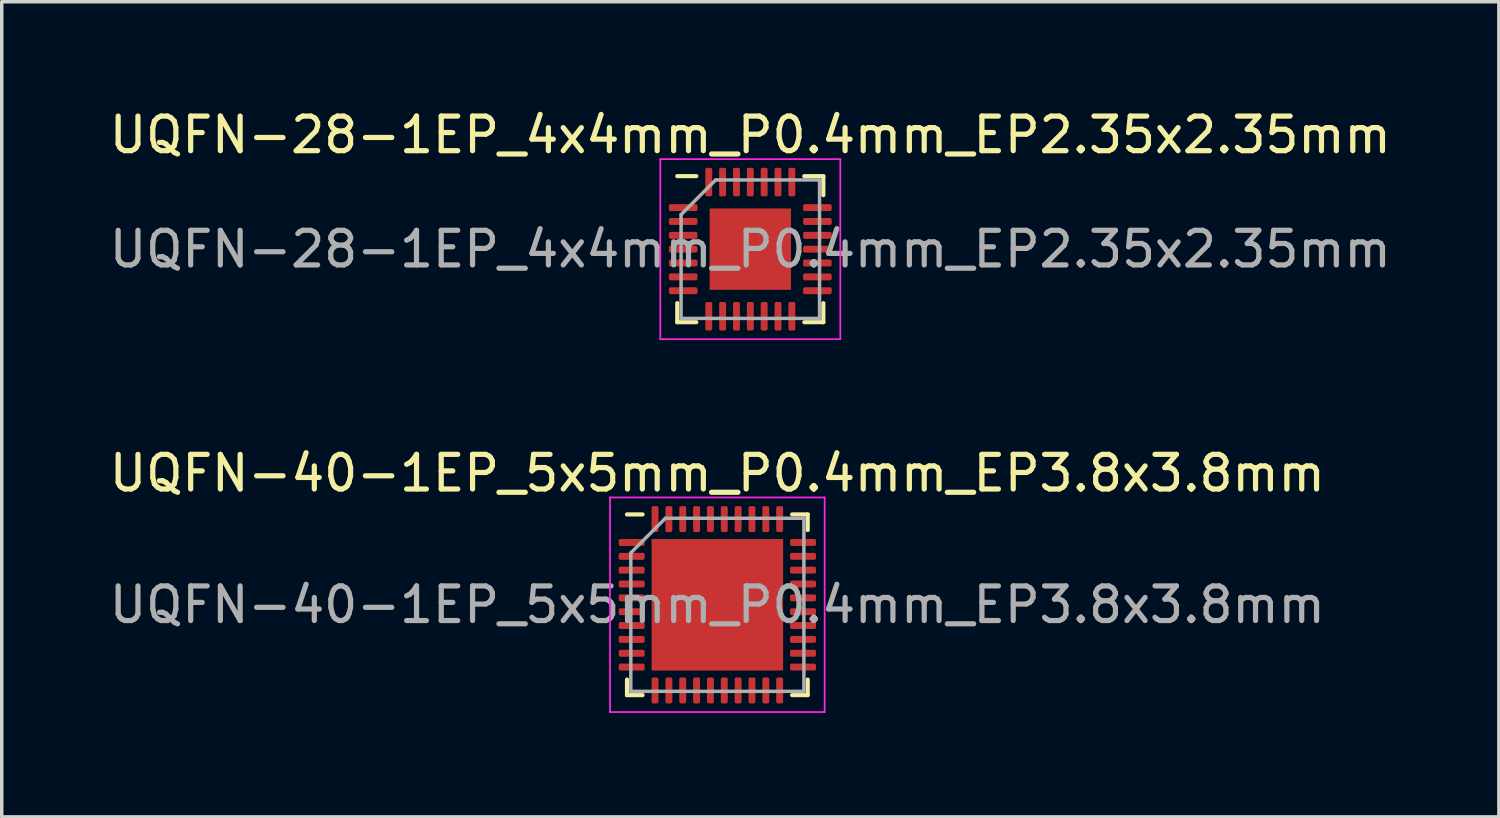
<source format=kicad_pcb>
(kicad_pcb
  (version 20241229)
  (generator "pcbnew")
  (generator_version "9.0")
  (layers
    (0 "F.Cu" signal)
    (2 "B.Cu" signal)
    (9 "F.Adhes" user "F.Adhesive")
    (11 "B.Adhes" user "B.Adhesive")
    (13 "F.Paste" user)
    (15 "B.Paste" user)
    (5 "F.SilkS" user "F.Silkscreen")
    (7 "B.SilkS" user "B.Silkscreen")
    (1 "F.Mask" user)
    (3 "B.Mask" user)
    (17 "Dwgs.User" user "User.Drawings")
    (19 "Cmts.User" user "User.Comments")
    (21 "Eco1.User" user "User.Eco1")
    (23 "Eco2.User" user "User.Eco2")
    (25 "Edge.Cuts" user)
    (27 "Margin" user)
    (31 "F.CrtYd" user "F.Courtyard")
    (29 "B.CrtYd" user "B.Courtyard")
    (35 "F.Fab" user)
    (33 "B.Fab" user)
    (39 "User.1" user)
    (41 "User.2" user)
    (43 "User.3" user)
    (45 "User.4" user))
  (footprint "UQFN-40-1EP_5x5mm_P0.4mm_EP3.8x3.8mm"
    (layer "F.Cu")
    (at 17.673 14.421)
    (property "Reference" "UQFN-40-1EP_5x5mm_P0.4mm_EP3.8x3.8mm" (at 0 -3.8 0) (layer "F.SilkS") (effects (font (size 1 1) (thickness 0.15))))
    (attr smd)
    (fp_line (start -2.61 2.61) (end -2.61 2.16) (stroke (width 0.12) (type solid)) (layer "F.SilkS"))
    (fp_line (start -2.16 -2.61) (end -2.61 -2.61) (stroke (width 0.12) (type solid)) (layer "F.SilkS"))
    (fp_line (start -2.16 2.61) (end -2.61 2.61) (stroke (width 0.12) (type solid)) (layer "F.SilkS"))
    (fp_line (start 2.16 -2.61) (end 2.61 -2.61) (stroke (width 0.12) (type solid)) (layer "F.SilkS"))
    (fp_line (start 2.16 2.61) (end 2.61 2.61) (stroke (width 0.12) (type solid)) (layer "F.SilkS"))
    (fp_line (start 2.61 -2.61) (end 2.61 -2.16) (stroke (width 0.12) (type solid)) (layer "F.SilkS"))
    (fp_line (start 2.61 2.61) (end 2.61 2.16) (stroke (width 0.12) (type solid)) (layer "F.SilkS"))
    (fp_line (start -3.1 -3.1) (end -3.1 3.1) (stroke (width 0.05) (type solid)) (layer "F.CrtYd"))
    (fp_line (start -3.1 3.1) (end 3.1 3.1) (stroke (width 0.05) (type solid)) (layer "F.CrtYd"))
    (fp_line (start 3.1 -3.1) (end -3.1 -3.1) (stroke (width 0.05) (type solid)) (layer "F.CrtYd"))
    (fp_line (start 3.1 3.1) (end 3.1 -3.1) (stroke (width 0.05) (type solid)) (layer "F.CrtYd"))
    (fp_line (start -2.5 -1.5) (end -1.5 -2.5) (stroke (width 0.1) (type solid)) (layer "F.Fab"))
    (fp_line (start -2.5 2.5) (end -2.5 -1.5) (stroke (width 0.1) (type solid)) (layer "F.Fab"))
    (fp_line (start -1.5 -2.5) (end 2.5 -2.5) (stroke (width 0.1) (type solid)) (layer "F.Fab"))
    (fp_line (start 2.5 -2.5) (end 2.5 2.5) (stroke (width 0.1) (type solid)) (layer "F.Fab"))
    (fp_line (start 2.5 2.5) (end -2.5 2.5) (stroke (width 0.1) (type solid)) (layer "F.Fab"))
    (fp_text user "${REFERENCE}" (at 0 0 0) (layer "F.Fab") (effects (font (size 1 1) (thickness 0.15))))
    (pad "" smd roundrect (at -1.27 -1.27) (size 1.02 1.02) (layers "F.Paste") (roundrect_rratio 0.245))
    (pad "" smd roundrect (at -1.27 0) (size 1.02 1.02) (layers "F.Paste") (roundrect_rratio 0.245))
    (pad "" smd roundrect (at -1.27 1.27) (size 1.02 1.02) (layers "F.Paste") (roundrect_rratio 0.245))
    (pad "" smd roundrect (at 0 -1.27) (size 1.02 1.02) (layers "F.Paste") (roundrect_rratio 0.245))
    (pad "" smd roundrect (at 0 0) (size 1.02 1.02) (layers "F.Paste") (roundrect_rratio 0.245))
    (pad "" smd roundrect (at 0 1.27) (size 1.02 1.02) (layers "F.Paste") (roundrect_rratio 0.245))
    (pad "" smd roundrect (at 1.27 -1.27) (size 1.02 1.02) (layers "F.Paste") (roundrect_rratio 0.245))
    (pad "" smd roundrect (at 1.27 0) (size 1.02 1.02) (layers "F.Paste") (roundrect_rratio 0.245))
    (pad "" smd roundrect (at 1.27 1.27) (size 1.02 1.02) (layers "F.Paste") (roundrect_rratio 0.245))
    (pad "1" smd roundrect (at -2.475 -1.8) (size 0.75 0.2) (layers "F.Cu" "F.Mask" "F.Paste") (roundrect_rratio 0.25))
    (pad "2" smd roundrect (at -2.475 -1.4) (size 0.75 0.2) (layers "F.Cu" "F.Mask" "F.Paste") (roundrect_rratio 0.25))
    (pad "3" smd roundrect (at -2.475 -1) (size 0.75 0.2) (layers "F.Cu" "F.Mask" "F.Paste") (roundrect_rratio 0.25))
    (pad "4" smd roundrect (at -2.475 -0.6) (size 0.75 0.2) (layers "F.Cu" "F.Mask" "F.Paste") (roundrect_rratio 0.25))
    (pad "5" smd roundrect (at -2.475 -0.2) (size 0.75 0.2) (layers "F.Cu" "F.Mask" "F.Paste") (roundrect_rratio 0.25))
    (pad "6" smd roundrect (at -2.475 0.2) (size 0.75 0.2) (layers "F.Cu" "F.Mask" "F.Paste") (roundrect_rratio 0.25))
    (pad "7" smd roundrect (at -2.475 0.6) (size 0.75 0.2) (layers "F.Cu" "F.Mask" "F.Paste") (roundrect_rratio 0.25))
    (pad "8" smd roundrect (at -2.475 1) (size 0.75 0.2) (layers "F.Cu" "F.Mask" "F.Paste") (roundrect_rratio 0.25))
    (pad "9" smd roundrect (at -2.475 1.4) (size 0.75 0.2) (layers "F.Cu" "F.Mask" "F.Paste") (roundrect_rratio 0.25))
    (pad "10" smd roundrect (at -2.475 1.8) (size 0.75 0.2) (layers "F.Cu" "F.Mask" "F.Paste") (roundrect_rratio 0.25))
    (pad "11" smd roundrect (at -1.8 2.475) (size 0.2 0.75) (layers "F.Cu" "F.Mask" "F.Paste") (roundrect_rratio 0.25))
    (pad "12" smd roundrect (at -1.4 2.475) (size 0.2 0.75) (layers "F.Cu" "F.Mask" "F.Paste") (roundrect_rratio 0.25))
    (pad "13" smd roundrect (at -1 2.475) (size 0.2 0.75) (layers "F.Cu" "F.Mask" "F.Paste") (roundrect_rratio 0.25))
    (pad "14" smd roundrect (at -0.6 2.475) (size 0.2 0.75) (layers "F.Cu" "F.Mask" "F.Paste") (roundrect_rratio 0.25))
    (pad "15" smd roundrect (at -0.2 2.475) (size 0.2 0.75) (layers "F.Cu" "F.Mask" "F.Paste") (roundrect_rratio 0.25))
    (pad "16" smd roundrect (at 0.2 2.475) (size 0.2 0.75) (layers "F.Cu" "F.Mask" "F.Paste") (roundrect_rratio 0.25))
    (pad "17" smd roundrect (at 0.6 2.475) (size 0.2 0.75) (layers "F.Cu" "F.Mask" "F.Paste") (roundrect_rratio 0.25))
    (pad "18" smd roundrect (at 1 2.475) (size 0.2 0.75) (layers "F.Cu" "F.Mask" "F.Paste") (roundrect_rratio 0.25))
    (pad "19" smd roundrect (at 1.4 2.475) (size 0.2 0.75) (layers "F.Cu" "F.Mask" "F.Paste") (roundrect_rratio 0.25))
    (pad "20" smd roundrect (at 1.8 2.475) (size 0.2 0.75) (layers "F.Cu" "F.Mask" "F.Paste") (roundrect_rratio 0.25))
    (pad "21" smd roundrect (at 2.475 1.8) (size 0.75 0.2) (layers "F.Cu" "F.Mask" "F.Paste") (roundrect_rratio 0.25))
    (pad "22" smd roundrect (at 2.475 1.4) (size 0.75 0.2) (layers "F.Cu" "F.Mask" "F.Paste") (roundrect_rratio 0.25))
    (pad "23" smd roundrect (at 2.475 1) (size 0.75 0.2) (layers "F.Cu" "F.Mask" "F.Paste") (roundrect_rratio 0.25))
    (pad "24" smd roundrect (at 2.475 0.6) (size 0.75 0.2) (layers "F.Cu" "F.Mask" "F.Paste") (roundrect_rratio 0.25))
    (pad "25" smd roundrect (at 2.475 0.2) (size 0.75 0.2) (layers "F.Cu" "F.Mask" "F.Paste") (roundrect_rratio 0.25))
    (pad "26" smd roundrect (at 2.475 -0.2) (size 0.75 0.2) (layers "F.Cu" "F.Mask" "F.Paste") (roundrect_rratio 0.25))
    (pad "27" smd roundrect (at 2.475 -0.6) (size 0.75 0.2) (layers "F.Cu" "F.Mask" "F.Paste") (roundrect_rratio 0.25))
    (pad "28" smd roundrect (at 2.475 -1) (size 0.75 0.2) (layers "F.Cu" "F.Mask" "F.Paste") (roundrect_rratio 0.25))
    (pad "29" smd roundrect (at 2.475 -1.4) (size 0.75 0.2) (layers "F.Cu" "F.Mask" "F.Paste") (roundrect_rratio 0.25))
    (pad "30" smd roundrect (at 2.475 -1.8) (size 0.75 0.2) (layers "F.Cu" "F.Mask" "F.Paste") (roundrect_rratio 0.25))
    (pad "31" smd roundrect (at 1.8 -2.475) (size 0.2 0.75) (layers "F.Cu" "F.Mask" "F.Paste") (roundrect_rratio 0.25))
    (pad "32" smd roundrect (at 1.4 -2.475) (size 0.2 0.75) (layers "F.Cu" "F.Mask" "F.Paste") (roundrect_rratio 0.25))
    (pad "33" smd roundrect (at 1 -2.475) (size 0.2 0.75) (layers "F.Cu" "F.Mask" "F.Paste") (roundrect_rratio 0.25))
    (pad "34" smd roundrect (at 0.6 -2.475) (size 0.2 0.75) (layers "F.Cu" "F.Mask" "F.Paste") (roundrect_rratio 0.25))
    (pad "35" smd roundrect (at 0.2 -2.475) (size 0.2 0.75) (layers "F.Cu" "F.Mask" "F.Paste") (roundrect_rratio 0.25))
    (pad "36" smd roundrect (at -0.2 -2.475) (size 0.2 0.75) (layers "F.Cu" "F.Mask" "F.Paste") (roundrect_rratio 0.25))
    (pad "37" smd roundrect (at -0.6 -2.475) (size 0.2 0.75) (layers "F.Cu" "F.Mask" "F.Paste") (roundrect_rratio 0.25))
    (pad "38" smd roundrect (at -1 -2.475) (size 0.2 0.75) (layers "F.Cu" "F.Mask" "F.Paste") (roundrect_rratio 0.25))
    (pad "39" smd roundrect (at -1.4 -2.475) (size 0.2 0.75) (layers "F.Cu" "F.Mask" "F.Paste") (roundrect_rratio 0.25))
    (pad "40" smd roundrect (at -1.8 -2.475) (size 0.2 0.75) (layers "F.Cu" "F.Mask" "F.Paste") (roundrect_rratio 0.25))
    (pad "41" smd rect (at 0 0) (size 3.8 3.8) (layers "F.Cu" "F.Mask")))
  (footprint "UQFN-28-1EP_4x4mm_P0.4mm_EP2.35x2.35mm"
    (layer "F.Cu")
    (at 18.625 4.148)
    (property "Reference" "UQFN-28-1EP_4x4mm_P0.4mm_EP2.35x2.35mm" (at 0 -3.3 0) (layer "F.SilkS") (effects (font (size 1 1) (thickness 0.15))))
    (attr smd)
    (fp_line (start -2.11 2.11) (end -2.11 1.56) (stroke (width 0.12) (type solid)) (layer "F.SilkS"))
    (fp_line (start -1.56 -2.11) (end -2.11 -2.11) (stroke (width 0.12) (type solid)) (layer "F.SilkS"))
    (fp_line (start -1.56 2.11) (end -2.11 2.11) (stroke (width 0.12) (type solid)) (layer "F.SilkS"))
    (fp_line (start 1.56 -2.11) (end 2.11 -2.11) (stroke (width 0.12) (type solid)) (layer "F.SilkS"))
    (fp_line (start 1.56 2.11) (end 2.11 2.11) (stroke (width 0.12) (type solid)) (layer "F.SilkS"))
    (fp_line (start 2.11 -2.11) (end 2.11 -1.56) (stroke (width 0.12) (type solid)) (layer "F.SilkS"))
    (fp_line (start 2.11 2.11) (end 2.11 1.56) (stroke (width 0.12) (type solid)) (layer "F.SilkS"))
    (fp_line (start -2.6 -2.6) (end -2.6 2.6) (stroke (width 0.05) (type solid)) (layer "F.CrtYd"))
    (fp_line (start -2.6 2.6) (end 2.6 2.6) (stroke (width 0.05) (type solid)) (layer "F.CrtYd"))
    (fp_line (start 2.6 -2.6) (end -2.6 -2.6) (stroke (width 0.05) (type solid)) (layer "F.CrtYd"))
    (fp_line (start 2.6 2.6) (end 2.6 -2.6) (stroke (width 0.05) (type solid)) (layer "F.CrtYd"))
    (fp_line (start -2 -1) (end -1 -2) (stroke (width 0.1) (type solid)) (layer "F.Fab"))
    (fp_line (start -2 2) (end -2 -1) (stroke (width 0.1) (type solid)) (layer "F.Fab"))
    (fp_line (start -1 -2) (end 2 -2) (stroke (width 0.1) (type solid)) (layer "F.Fab"))
    (fp_line (start 2 -2) (end 2 2) (stroke (width 0.1) (type solid)) (layer "F.Fab"))
    (fp_line (start 2 2) (end -2 2) (stroke (width 0.1) (type solid)) (layer "F.Fab"))
    (fp_text user "${REFERENCE}" (at 0 0 0) (layer "F.Fab") (effects (font (size 1 1) (thickness 0.15))))
    (pad "" smd roundrect (at -0.59 -0.59) (size 0.95 0.95) (layers "F.Paste") (roundrect_rratio 0.25))
    (pad "" smd roundrect (at -0.59 0.59) (size 0.95 0.95) (layers "F.Paste") (roundrect_rratio 0.25))
    (pad "" smd roundrect (at 0.59 -0.59) (size 0.95 0.95) (layers "F.Paste") (roundrect_rratio 0.25))
    (pad "" smd roundrect (at 0.59 0.59) (size 0.95 0.95) (layers "F.Paste") (roundrect_rratio 0.25))
    (pad "1" smd roundrect (at -1.938 -1.2) (size 0.825 0.2) (layers "F.Cu" "F.Mask" "F.Paste") (roundrect_rratio 0.25))
    (pad "2" smd roundrect (at -1.938 -0.8) (size 0.825 0.2) (layers "F.Cu" "F.Mask" "F.Paste") (roundrect_rratio 0.25))
    (pad "3" smd roundrect (at -1.938 -0.4) (size 0.825 0.2) (layers "F.Cu" "F.Mask" "F.Paste") (roundrect_rratio 0.25))
    (pad "4" smd roundrect (at -1.938 0) (size 0.825 0.2) (layers "F.Cu" "F.Mask" "F.Paste") (roundrect_rratio 0.25))
    (pad "5" smd roundrect (at -1.938 0.4) (size 0.825 0.2) (layers "F.Cu" "F.Mask" "F.Paste") (roundrect_rratio 0.25))
    (pad "6" smd roundrect (at -1.938 0.8) (size 0.825 0.2) (layers "F.Cu" "F.Mask" "F.Paste") (roundrect_rratio 0.25))
    (pad "7" smd roundrect (at -1.938 1.2) (size 0.825 0.2) (layers "F.Cu" "F.Mask" "F.Paste") (roundrect_rratio 0.25))
    (pad "8" smd roundrect (at -1.2 1.938) (size 0.2 0.825) (layers "F.Cu" "F.Mask" "F.Paste") (roundrect_rratio 0.25))
    (pad "9" smd roundrect (at -0.8 1.938) (size 0.2 0.825) (layers "F.Cu" "F.Mask" "F.Paste") (roundrect_rratio 0.25))
    (pad "10" smd roundrect (at -0.4 1.938) (size 0.2 0.825) (layers "F.Cu" "F.Mask" "F.Paste") (roundrect_rratio 0.25))
    (pad "11" smd roundrect (at 0 1.938) (size 0.2 0.825) (layers "F.Cu" "F.Mask" "F.Paste") (roundrect_rratio 0.25))
    (pad "12" smd roundrect (at 0.4 1.938) (size 0.2 0.825) (layers "F.Cu" "F.Mask" "F.Paste") (roundrect_rratio 0.25))
    (pad "13" smd roundrect (at 0.8 1.938) (size 0.2 0.825) (layers "F.Cu" "F.Mask" "F.Paste") (roundrect_rratio 0.25))
    (pad "14" smd roundrect (at 1.2 1.938) (size 0.2 0.825) (layers "F.Cu" "F.Mask" "F.Paste") (roundrect_rratio 0.25))
    (pad "15" smd roundrect (at 1.938 1.2) (size 0.825 0.2) (layers "F.Cu" "F.Mask" "F.Paste") (roundrect_rratio 0.25))
    (pad "16" smd roundrect (at 1.938 0.8) (size 0.825 0.2) (layers "F.Cu" "F.Mask" "F.Paste") (roundrect_rratio 0.25))
    (pad "17" smd roundrect (at 1.938 0.4) (size 0.825 0.2) (layers "F.Cu" "F.Mask" "F.Paste") (roundrect_rratio 0.25))
    (pad "18" smd roundrect (at 1.938 0) (size 0.825 0.2) (layers "F.Cu" "F.Mask" "F.Paste") (roundrect_rratio 0.25))
    (pad "19" smd roundrect (at 1.938 -0.4) (size 0.825 0.2) (layers "F.Cu" "F.Mask" "F.Paste") (roundrect_rratio 0.25))
    (pad "20" smd roundrect (at 1.938 -0.8) (size 0.825 0.2) (layers "F.Cu" "F.Mask" "F.Paste") (roundrect_rratio 0.25))
    (pad "21" smd roundrect (at 1.938 -1.2) (size 0.825 0.2) (layers "F.Cu" "F.Mask" "F.Paste") (roundrect_rratio 0.25))
    (pad "22" smd roundrect (at 1.2 -1.938) (size 0.2 0.825) (layers "F.Cu" "F.Mask" "F.Paste") (roundrect_rratio 0.25))
    (pad "23" smd roundrect (at 0.8 -1.938) (size 0.2 0.825) (layers "F.Cu" "F.Mask" "F.Paste") (roundrect_rratio 0.25))
    (pad "24" smd roundrect (at 0.4 -1.938) (size 0.2 0.825) (layers "F.Cu" "F.Mask" "F.Paste") (roundrect_rratio 0.25))
    (pad "25" smd roundrect (at 0 -1.938) (size 0.2 0.825) (layers "F.Cu" "F.Mask" "F.Paste") (roundrect_rratio 0.25))
    (pad "26" smd roundrect (at -0.4 -1.938) (size 0.2 0.825) (layers "F.Cu" "F.Mask" "F.Paste") (roundrect_rratio 0.25))
    (pad "27" smd roundrect (at -0.8 -1.938) (size 0.2 0.825) (layers "F.Cu" "F.Mask" "F.Paste") (roundrect_rratio 0.25))
    (pad "28" smd roundrect (at -1.2 -1.938) (size 0.2 0.825) (layers "F.Cu" "F.Mask" "F.Paste") (roundrect_rratio 0.25))
    (pad "29" smd rect (at 0 0) (size 2.35 2.35) (layers "F.Cu" "F.Mask")))
  (gr_rect
    (start -3 -3)
    (end 40.25 20.547)
    (stroke (width 0.1) (type default))
    (fill no)
    (layer "Edge.Cuts")))
</source>
